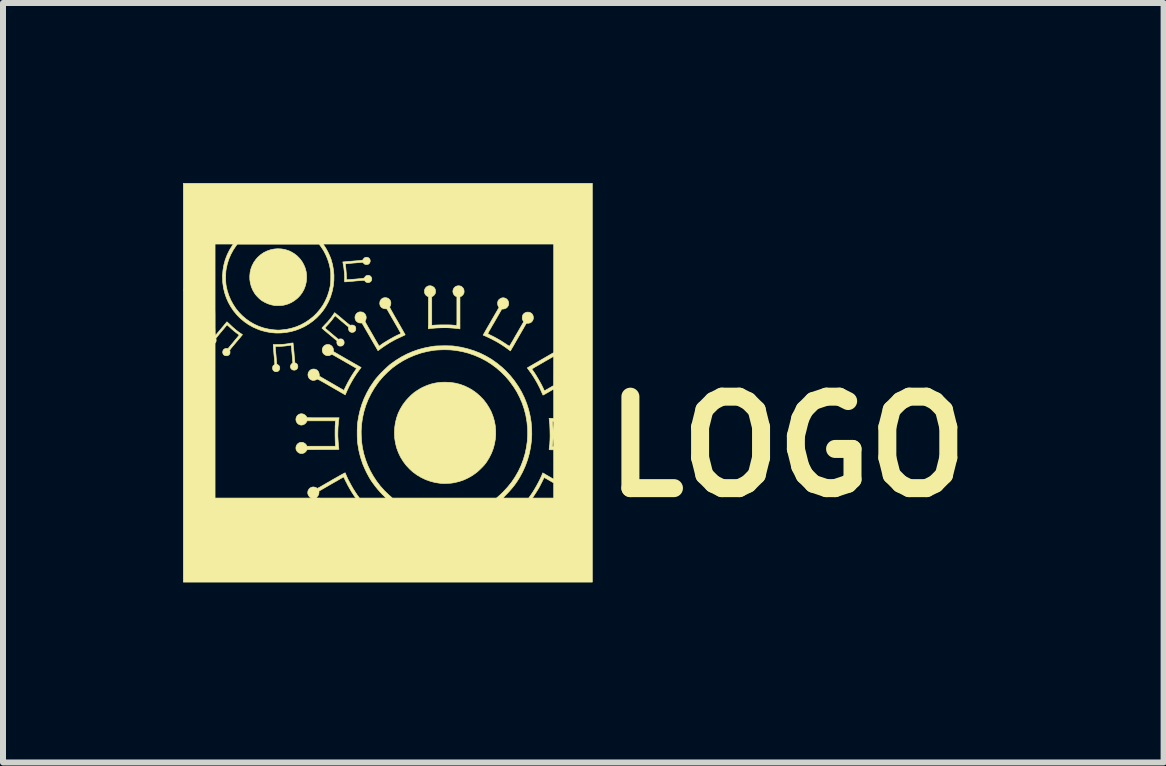
<source format=kicad_pcb>
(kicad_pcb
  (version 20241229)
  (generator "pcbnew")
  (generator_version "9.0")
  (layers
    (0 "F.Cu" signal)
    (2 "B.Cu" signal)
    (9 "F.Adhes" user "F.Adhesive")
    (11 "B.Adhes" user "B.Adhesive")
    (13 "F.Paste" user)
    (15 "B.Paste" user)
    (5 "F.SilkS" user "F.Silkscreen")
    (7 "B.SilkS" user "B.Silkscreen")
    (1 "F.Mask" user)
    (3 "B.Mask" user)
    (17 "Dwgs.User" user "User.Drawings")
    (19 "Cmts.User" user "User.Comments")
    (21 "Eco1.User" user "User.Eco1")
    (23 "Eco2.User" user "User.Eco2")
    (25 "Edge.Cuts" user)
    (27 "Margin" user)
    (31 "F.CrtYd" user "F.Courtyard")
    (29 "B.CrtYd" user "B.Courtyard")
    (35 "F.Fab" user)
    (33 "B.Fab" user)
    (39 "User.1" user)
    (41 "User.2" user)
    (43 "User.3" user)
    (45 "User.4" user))
  (footprint "LOGO"
    (layer "F.Cu")
    (at 3.413 3.328)
    (property "Reference" "LOGO" (at 6.655 1.067 0) (layer "F.SilkS") (effects (font (size 1.524 1.524) (thickness 0.3))))
    (attr through_hole)
    (fp_poly (pts (xy -1.775 -2.23) (xy -1.715 -2.22) (xy -1.656 -2.202) (xy -1.616 -2.184) (xy -1.561 -2.152) (xy -1.512 -2.114) (xy -1.469 -2.071) (xy -1.432 -2.022) (xy -1.401 -1.968) (xy -1.377 -1.911) (xy -1.361 -1.85) (xy -1.36 -1.846) (xy -1.356 -1.813) (xy -1.354 -1.776) (xy -1.354 -1.737) (xy -1.357 -1.7) (xy -1.361 -1.671) (xy -1.376 -1.61) (xy -1.399 -1.552) (xy -1.429 -1.499) (xy -1.465 -1.45) (xy -1.507 -1.407) (xy -1.555 -1.369) (xy -1.607 -1.337) (xy -1.663 -1.312) (xy -1.723 -1.295) (xy -1.75 -1.29) (xy -1.782 -1.287) (xy -1.816 -1.285) (xy -1.849 -1.285) (xy -1.878 -1.286) (xy -1.89 -1.287) (xy -1.942 -1.298) (xy -1.996 -1.315) (xy -2.047 -1.338) (xy -2.095 -1.365) (xy -2.096 -1.366) (xy -2.121 -1.384) (xy -2.148 -1.408) (xy -2.174 -1.434) (xy -2.198 -1.461) (xy -2.217 -1.486) (xy -2.219 -1.489) (xy -2.251 -1.544) (xy -2.275 -1.601) (xy -2.291 -1.66) (xy -2.3 -1.719) (xy -2.301 -1.779) (xy -2.295 -1.839) (xy -2.282 -1.897) (xy -2.261 -1.953) (xy -2.233 -2.007) (xy -2.197 -2.057) (xy -2.163 -2.095) (xy -2.116 -2.136) (xy -2.066 -2.17) (xy -2.011 -2.196) (xy -1.954 -2.216) (xy -1.896 -2.228) (xy -1.836 -2.233) (xy -1.775 -2.23)) (stroke (width 0.01) (type solid)) (fill yes) (layer "F.SilkS"))
    (fp_poly (pts (xy 1.042 -0.005) (xy 1.125 0.007) (xy 1.205 0.027) (xy 1.283 0.056) (xy 1.357 0.092) (xy 1.414 0.126) (xy 1.482 0.175) (xy 1.543 0.23) (xy 1.599 0.289) (xy 1.647 0.352) (xy 1.689 0.419) (xy 1.725 0.488) (xy 1.753 0.561) (xy 1.775 0.636) (xy 1.79 0.712) (xy 1.797 0.789) (xy 1.798 0.867) (xy 1.791 0.945) (xy 1.777 1.023) (xy 1.756 1.1) (xy 1.727 1.175) (xy 1.691 1.248) (xy 1.647 1.319) (xy 1.622 1.353) (xy 1.603 1.376) (xy 1.579 1.402) (xy 1.552 1.429) (xy 1.524 1.456) (xy 1.497 1.481) (xy 1.481 1.494) (xy 1.415 1.542) (xy 1.343 1.584) (xy 1.268 1.619) (xy 1.19 1.646) (xy 1.11 1.665) (xy 1.082 1.67) (xy 1.052 1.674) (xy 1.018 1.676) (xy 0.981 1.678) (xy 0.944 1.679) (xy 0.91 1.678) (xy 0.881 1.677) (xy 0.874 1.676) (xy 0.791 1.664) (xy 0.71 1.643) (xy 0.631 1.615) (xy 0.556 1.579) (xy 0.485 1.537) (xy 0.418 1.488) (xy 0.363 1.438) (xy 0.305 1.376) (xy 0.255 1.309) (xy 0.211 1.238) (xy 0.176 1.164) (xy 0.147 1.086) (xy 0.127 1.006) (xy 0.114 0.923) (xy 0.11 0.838) (xy 0.11 0.836) (xy 0.114 0.75) (xy 0.126 0.667) (xy 0.146 0.586) (xy 0.173 0.509) (xy 0.209 0.435) (xy 0.252 0.364) (xy 0.302 0.298) (xy 0.345 0.251) (xy 0.392 0.204) (xy 0.439 0.164) (xy 0.488 0.13) (xy 0.54 0.098) (xy 0.582 0.076) (xy 0.655 0.044) (xy 0.728 0.02) (xy 0.803 0.003) (xy 0.88 -0.007) (xy 0.957 -0.009) (xy 1.042 -0.005)) (stroke (width 0.01) (type solid)) (fill yes) (layer "F.SilkS"))
    (fp_poly (pts (xy -0.883 -1.165) (xy -0.874 -1.158) (xy -0.86 -1.147) (xy -0.841 -1.131) (xy -0.819 -1.113) (xy -0.794 -1.092) (xy -0.766 -1.069) (xy -0.757 -1.061) (xy -0.724 -1.033) (xy -0.696 -1.01) (xy -0.674 -0.992) (xy -0.656 -0.978) (xy -0.643 -0.968) (xy -0.633 -0.961) (xy -0.626 -0.958) (xy -0.623 -0.957) (xy -0.622 -0.957) (xy -0.608 -0.961) (xy -0.59 -0.961) (xy -0.573 -0.958) (xy -0.558 -0.951) (xy -0.544 -0.939) (xy -0.536 -0.924) (xy -0.534 -0.904) (xy -0.533 -0.9) (xy -0.537 -0.877) (xy -0.547 -0.859) (xy -0.563 -0.846) (xy -0.565 -0.845) (xy -0.587 -0.839) (xy -0.608 -0.84) (xy -0.627 -0.847) (xy -0.642 -0.861) (xy -0.652 -0.879) (xy -0.655 -0.901) (xy -0.655 -0.905) (xy -0.654 -0.928) (xy -0.766 -1.022) (xy -0.878 -1.117) (xy -0.887 -1.106) (xy -0.893 -1.098) (xy -0.902 -1.086) (xy -0.914 -1.07) (xy -0.926 -1.053) (xy -0.941 -1.034) (xy -0.96 -1.012) (xy -0.98 -0.989) (xy -1 -0.967) (xy -1.004 -0.963) (xy -1.02 -0.946) (xy -1.033 -0.931) (xy -1.043 -0.919) (xy -1.047 -0.912) (xy -1.047 -0.911) (xy -1.043 -0.907) (xy -1.034 -0.899) (xy -1.019 -0.886) (xy -1 -0.871) (xy -0.978 -0.852) (xy -0.953 -0.831) (xy -0.935 -0.816) (xy -0.826 -0.724) (xy -0.805 -0.729) (xy -0.781 -0.731) (xy -0.76 -0.726) (xy -0.744 -0.714) (xy -0.733 -0.697) (xy -0.728 -0.675) (xy -0.728 -0.67) (xy -0.73 -0.649) (xy -0.738 -0.634) (xy -0.751 -0.621) (xy -0.753 -0.619) (xy -0.77 -0.612) (xy -0.79 -0.61) (xy -0.81 -0.612) (xy -0.822 -0.617) (xy -0.836 -0.63) (xy -0.845 -0.647) (xy -0.85 -0.667) (xy -0.849 -0.679) (xy -0.846 -0.697) (xy -0.971 -0.802) (xy -0.999 -0.825) (xy -1.025 -0.847) (xy -1.048 -0.866) (xy -1.068 -0.883) (xy -1.083 -0.896) (xy -1.093 -0.905) (xy -1.098 -0.91) (xy -1.098 -0.91) (xy -1.096 -0.914) (xy -1.089 -0.923) (xy -1.077 -0.935) (xy -1.063 -0.951) (xy -1.049 -0.966) (xy -1.008 -1.008) (xy -0.973 -1.049) (xy -0.94 -1.09) (xy -0.913 -1.128) (xy -0.903 -1.144) (xy -0.894 -1.157) (xy -0.888 -1.165) (xy -0.886 -1.168) (xy -0.883 -1.165)) (stroke (width 0.01) (type solid)) (fill yes) (layer "F.SilkS"))
    (fp_poly (pts (xy -0.972 -0.634) (xy -0.949 -0.623) (xy -0.939 -0.615) (xy -0.92 -0.593) (xy -0.909 -0.568) (xy -0.906 -0.542) (xy -0.906 -0.519) (xy -0.676 -0.386) (xy -0.445 -0.254) (xy -0.48 -0.208) (xy -0.525 -0.145) (xy -0.569 -0.077) (xy -0.61 -0.007) (xy -0.648 0.064) (xy -0.68 0.133) (xy -0.696 0.17) (xy -0.709 0.202) (xy -0.94 0.069) (xy -0.988 0.041) (xy -1.03 0.017) (xy -1.065 -0.003) (xy -1.095 -0.02) (xy -1.119 -0.033) (xy -1.138 -0.044) (xy -1.153 -0.051) (xy -1.164 -0.056) (xy -1.171 -0.059) (xy -1.175 -0.06) (xy -1.177 -0.06) (xy -1.203 -0.046) (xy -1.23 -0.039) (xy -1.258 -0.04) (xy -1.264 -0.042) (xy -1.287 -0.052) (xy -1.307 -0.069) (xy -1.321 -0.09) (xy -1.329 -0.113) (xy -1.331 -0.139) (xy -1.326 -0.164) (xy -1.318 -0.181) (xy -1.3 -0.204) (xy -1.278 -0.219) (xy -1.253 -0.227) (xy -1.247 -0.228) (xy -1.218 -0.227) (xy -1.192 -0.218) (xy -1.171 -0.203) (xy -1.155 -0.182) (xy -1.146 -0.156) (xy -1.143 -0.138) (xy -1.141 -0.109) (xy -0.94 0.007) (xy -0.902 0.029) (xy -0.866 0.05) (xy -0.833 0.069) (xy -0.804 0.086) (xy -0.779 0.1) (xy -0.759 0.112) (xy -0.744 0.12) (xy -0.735 0.125) (xy -0.733 0.126) (xy -0.729 0.125) (xy -0.728 0.123) (xy -0.726 0.117) (xy -0.721 0.106) (xy -0.714 0.089) (xy -0.704 0.069) (xy -0.694 0.049) (xy -0.672 0.006) (xy -0.647 -0.039) (xy -0.621 -0.085) (xy -0.594 -0.129) (xy -0.568 -0.169) (xy -0.55 -0.195) (xy -0.539 -0.211) (xy -0.53 -0.225) (xy -0.523 -0.235) (xy -0.521 -0.239) (xy -0.521 -0.239) (xy -0.526 -0.242) (xy -0.537 -0.248) (xy -0.554 -0.258) (xy -0.575 -0.27) (xy -0.601 -0.285) (xy -0.63 -0.302) (xy -0.661 -0.32) (xy -0.694 -0.338) (xy -0.727 -0.358) (xy -0.761 -0.377) (xy -0.793 -0.396) (xy -0.824 -0.413) (xy -0.853 -0.43) (xy -0.878 -0.444) (xy -0.899 -0.456) (xy -0.915 -0.465) (xy -0.925 -0.47) (xy -0.928 -0.472) (xy -0.937 -0.472) (xy -0.947 -0.467) (xy -0.947 -0.466) (xy -0.971 -0.454) (xy -0.995 -0.45) (xy -1.019 -0.452) (xy -1.041 -0.46) (xy -1.061 -0.473) (xy -1.077 -0.49) (xy -1.088 -0.512) (xy -1.093 -0.536) (xy -1.092 -0.562) (xy -1.091 -0.567) (xy -1.08 -0.592) (xy -1.064 -0.612) (xy -1.044 -0.627) (xy -1.021 -0.636) (xy -0.997 -0.638) (xy -0.972 -0.634)) (stroke (width 0.01) (type solid)) (fill yes) (layer "F.SilkS"))
    (fp_poly (pts (xy 1.935 -1.415) (xy 1.962 -1.407) (xy 1.983 -1.393) (xy 1.999 -1.375) (xy 2.009 -1.355) (xy 2.014 -1.333) (xy 2.014 -1.31) (xy 2.008 -1.288) (xy 1.998 -1.268) (xy 1.982 -1.251) (xy 1.962 -1.238) (xy 1.936 -1.23) (xy 1.925 -1.228) (xy 1.899 -1.227) (xy 1.784 -1.027) (xy 1.762 -0.989) (xy 1.741 -0.954) (xy 1.722 -0.921) (xy 1.706 -0.892) (xy 1.691 -0.867) (xy 1.68 -0.846) (xy 1.672 -0.831) (xy 1.667 -0.823) (xy 1.666 -0.821) (xy 1.667 -0.818) (xy 1.673 -0.813) (xy 1.685 -0.806) (xy 1.703 -0.796) (xy 1.72 -0.788) (xy 1.773 -0.762) (xy 1.824 -0.734) (xy 1.876 -0.704) (xy 1.931 -0.669) (xy 1.952 -0.655) (xy 1.974 -0.641) (xy 1.993 -0.628) (xy 2.01 -0.618) (xy 2.022 -0.612) (xy 2.028 -0.609) (xy 2.028 -0.609) (xy 2.031 -0.613) (xy 2.037 -0.624) (xy 2.047 -0.641) (xy 2.06 -0.663) (xy 2.076 -0.689) (xy 2.094 -0.72) (xy 2.113 -0.754) (xy 2.134 -0.791) (xy 2.148 -0.814) (xy 2.265 -1.017) (xy 2.257 -1.028) (xy 2.246 -1.049) (xy 2.24 -1.07) (xy 2.24 -1.085) (xy 2.243 -1.113) (xy 2.254 -1.137) (xy 2.271 -1.156) (xy 2.294 -1.169) (xy 2.321 -1.176) (xy 2.335 -1.177) (xy 2.362 -1.173) (xy 2.386 -1.162) (xy 2.405 -1.145) (xy 2.418 -1.123) (xy 2.425 -1.097) (xy 2.426 -1.085) (xy 2.422 -1.056) (xy 2.411 -1.032) (xy 2.394 -1.012) (xy 2.372 -0.998) (xy 2.345 -0.991) (xy 2.331 -0.991) (xy 2.308 -0.991) (xy 2.182 -0.772) (xy 2.159 -0.732) (xy 2.137 -0.694) (xy 2.117 -0.659) (xy 2.099 -0.627) (xy 2.083 -0.599) (xy 2.069 -0.576) (xy 2.059 -0.558) (xy 2.052 -0.546) (xy 2.049 -0.541) (xy 2.042 -0.53) (xy 2.019 -0.548) (xy 1.956 -0.594) (xy 1.887 -0.64) (xy 1.814 -0.684) (xy 1.739 -0.724) (xy 1.665 -0.76) (xy 1.632 -0.775) (xy 1.615 -0.782) (xy 1.601 -0.788) (xy 1.591 -0.792) (xy 1.589 -0.793) (xy 1.59 -0.797) (xy 1.596 -0.808) (xy 1.606 -0.824) (xy 1.618 -0.846) (xy 1.633 -0.873) (xy 1.651 -0.904) (xy 1.671 -0.939) (xy 1.693 -0.976) (xy 1.716 -1.016) (xy 1.72 -1.024) (xy 1.853 -1.254) (xy 1.842 -1.271) (xy 1.833 -1.292) (xy 1.829 -1.316) (xy 1.83 -1.341) (xy 1.837 -1.363) (xy 1.837 -1.364) (xy 1.851 -1.384) (xy 1.871 -1.4) (xy 1.893 -1.411) (xy 1.917 -1.416) (xy 1.935 -1.415)) (stroke (width 0.01) (type solid)) (fill yes) (layer "F.SilkS"))
    (fp_poly (pts (xy -1.58 -0.663) (xy -1.579 -0.658) (xy -1.578 -0.647) (xy -1.576 -0.629) (xy -1.574 -0.606) (xy -1.571 -0.579) (xy -1.568 -0.549) (xy -1.565 -0.517) (xy -1.562 -0.485) (xy -1.56 -0.453) (xy -1.557 -0.422) (xy -1.554 -0.394) (xy -1.552 -0.37) (xy -1.551 -0.35) (xy -1.55 -0.337) (xy -1.55 -0.334) (xy -1.546 -0.331) (xy -1.537 -0.327) (xy -1.535 -0.327) (xy -1.518 -0.316) (xy -1.506 -0.3) (xy -1.5 -0.28) (xy -1.5 -0.28) (xy -1.5 -0.257) (xy -1.508 -0.238) (xy -1.521 -0.222) (xy -1.538 -0.213) (xy -1.559 -0.209) (xy -1.581 -0.212) (xy -1.589 -0.215) (xy -1.607 -0.227) (xy -1.618 -0.243) (xy -1.624 -0.262) (xy -1.622 -0.282) (xy -1.614 -0.302) (xy -1.6 -0.318) (xy -1.583 -0.333) (xy -1.596 -0.479) (xy -1.599 -0.513) (xy -1.602 -0.544) (xy -1.604 -0.572) (xy -1.607 -0.595) (xy -1.608 -0.612) (xy -1.61 -0.622) (xy -1.61 -0.625) (xy -1.615 -0.625) (xy -1.626 -0.624) (xy -1.641 -0.622) (xy -1.649 -0.62) (xy -1.72 -0.611) (xy -1.791 -0.606) (xy -1.825 -0.605) (xy -1.846 -0.605) (xy -1.861 -0.605) (xy -1.869 -0.604) (xy -1.874 -0.602) (xy -1.875 -0.599) (xy -1.875 -0.596) (xy -1.875 -0.588) (xy -1.874 -0.574) (xy -1.872 -0.554) (xy -1.87 -0.53) (xy -1.868 -0.503) (xy -1.865 -0.473) (xy -1.862 -0.443) (xy -1.86 -0.413) (xy -1.857 -0.385) (xy -1.855 -0.359) (xy -1.853 -0.338) (xy -1.851 -0.321) (xy -1.85 -0.311) (xy -1.849 -0.308) (xy -1.832 -0.299) (xy -1.821 -0.291) (xy -1.814 -0.284) (xy -1.808 -0.276) (xy -1.807 -0.274) (xy -1.801 -0.253) (xy -1.801 -0.232) (xy -1.809 -0.212) (xy -1.822 -0.196) (xy -1.825 -0.194) (xy -1.84 -0.187) (xy -1.858 -0.184) (xy -1.877 -0.185) (xy -1.886 -0.188) (xy -1.904 -0.2) (xy -1.916 -0.216) (xy -1.921 -0.238) (xy -1.921 -0.238) (xy -1.92 -0.262) (xy -1.912 -0.281) (xy -1.898 -0.295) (xy -1.896 -0.296) (xy -1.887 -0.303) (xy -1.884 -0.311) (xy -1.884 -0.317) (xy -1.885 -0.331) (xy -1.887 -0.351) (xy -1.889 -0.376) (xy -1.891 -0.405) (xy -1.894 -0.438) (xy -1.897 -0.465) (xy -1.9 -0.5) (xy -1.902 -0.533) (xy -1.905 -0.562) (xy -1.907 -0.587) (xy -1.908 -0.606) (xy -1.909 -0.619) (xy -1.909 -0.624) (xy -1.909 -0.637) (xy -1.83 -0.637) (xy -1.785 -0.638) (xy -1.746 -0.64) (xy -1.709 -0.644) (xy -1.671 -0.649) (xy -1.629 -0.656) (xy -1.626 -0.657) (xy -1.608 -0.66) (xy -1.593 -0.662) (xy -1.583 -0.663) (xy -1.58 -0.663)) (stroke (width 0.01) (type solid)) (fill yes) (layer "F.SilkS"))
    (fp_poly (pts (xy -0.014 -1.414) (xy 0.01 -1.404) (xy 0.029 -1.387) (xy 0.043 -1.365) (xy 0.05 -1.338) (xy 0.051 -1.326) (xy 0.048 -1.304) (xy 0.042 -1.283) (xy 0.033 -1.267) (xy 0.032 -1.266) (xy 0.031 -1.264) (xy 0.031 -1.26) (xy 0.033 -1.255) (xy 0.036 -1.247) (xy 0.041 -1.236) (xy 0.049 -1.222) (xy 0.059 -1.203) (xy 0.072 -1.18) (xy 0.088 -1.152) (xy 0.107 -1.118) (xy 0.13 -1.078) (xy 0.157 -1.032) (xy 0.18 -0.992) (xy 0.202 -0.953) (xy 0.222 -0.918) (xy 0.24 -0.886) (xy 0.256 -0.858) (xy 0.269 -0.835) (xy 0.279 -0.817) (xy 0.286 -0.806) (xy 0.289 -0.8) (xy 0.289 -0.8) (xy 0.286 -0.797) (xy 0.276 -0.791) (xy 0.261 -0.784) (xy 0.242 -0.775) (xy 0.233 -0.771) (xy 0.128 -0.722) (xy 0.028 -0.666) (xy -0.068 -0.604) (xy -0.117 -0.569) (xy -0.164 -0.534) (xy -0.297 -0.765) (xy -0.43 -0.995) (xy -0.454 -0.995) (xy -0.481 -0.998) (xy -0.504 -1.009) (xy -0.523 -1.024) (xy -0.537 -1.043) (xy -0.545 -1.066) (xy -0.548 -1.089) (xy -0.544 -1.113) (xy -0.534 -1.136) (xy -0.517 -1.157) (xy -0.515 -1.159) (xy -0.494 -1.173) (xy -0.471 -1.18) (xy -0.444 -1.18) (xy -0.419 -1.175) (xy -0.397 -1.162) (xy -0.38 -1.145) (xy -0.368 -1.124) (xy -0.361 -1.1) (xy -0.361 -1.075) (xy -0.367 -1.05) (xy -0.377 -1.033) (xy -0.378 -1.031) (xy -0.379 -1.028) (xy -0.379 -1.024) (xy -0.378 -1.02) (xy -0.375 -1.013) (xy -0.371 -1.003) (xy -0.364 -0.99) (xy -0.355 -0.974) (xy -0.343 -0.953) (xy -0.329 -0.927) (xy -0.31 -0.895) (xy -0.288 -0.857) (xy -0.266 -0.819) (xy -0.244 -0.781) (xy -0.224 -0.745) (xy -0.205 -0.712) (xy -0.188 -0.683) (xy -0.173 -0.658) (xy -0.161 -0.637) (xy -0.153 -0.622) (xy -0.148 -0.614) (xy -0.147 -0.612) (xy -0.143 -0.612) (xy -0.135 -0.616) (xy -0.129 -0.621) (xy -0.104 -0.639) (xy -0.074 -0.66) (xy -0.038 -0.682) (xy -0.000067 -0.705) (xy 0.04 -0.729) (xy 0.08 -0.751) (xy 0.118 -0.772) (xy 0.153 -0.789) (xy 0.172 -0.798) (xy 0.19 -0.806) (xy 0.205 -0.813) (xy 0.215 -0.817) (xy 0.219 -0.819) (xy 0.219 -0.819) (xy 0.217 -0.823) (xy 0.212 -0.833) (xy 0.202 -0.85) (xy 0.19 -0.871) (xy 0.175 -0.898) (xy 0.158 -0.928) (xy 0.138 -0.962) (xy 0.117 -0.999) (xy 0.102 -1.025) (xy -0.016 -1.23) (xy -0.045 -1.232) (xy -0.075 -1.238) (xy -0.099 -1.25) (xy -0.118 -1.268) (xy -0.13 -1.291) (xy -0.135 -1.318) (xy -0.135 -1.326) (xy -0.131 -1.354) (xy -0.12 -1.378) (xy -0.103 -1.397) (xy -0.081 -1.411) (xy -0.055 -1.417) (xy -0.042 -1.418) (xy -0.014 -1.414)) (stroke (width 0.01) (type solid)) (fill yes) (layer "F.SilkS"))
    (fp_poly (pts (xy -0.343 -2.09) (xy -0.325 -2.084) (xy -0.309 -2.072) (xy -0.298 -2.055) (xy -0.294 -2.04) (xy -0.294 -2.017) (xy -0.303 -1.997) (xy -0.313 -1.983) (xy -0.329 -1.973) (xy -0.349 -1.969) (xy -0.368 -1.97) (xy -0.387 -1.976) (xy -0.401 -1.988) (xy -0.406 -1.994) (xy -0.414 -2.004) (xy -0.423 -2.006) (xy -0.431 -2.006) (xy -0.446 -2.005) (xy -0.466 -2.003) (xy -0.491 -2.001) (xy -0.518 -1.999) (xy -0.547 -1.996) (xy -0.578 -1.994) (xy -0.607 -1.991) (xy -0.635 -1.988) (xy -0.66 -1.986) (xy -0.682 -1.984) (xy -0.697 -1.982) (xy -0.707 -1.981) (xy -0.709 -1.981) (xy -0.709 -1.976) (xy -0.708 -1.965) (xy -0.706 -1.949) (xy -0.703 -1.929) (xy -0.702 -1.926) (xy -0.699 -1.903) (xy -0.697 -1.875) (xy -0.694 -1.844) (xy -0.692 -1.813) (xy -0.691 -1.796) (xy -0.69 -1.771) (xy -0.689 -1.75) (xy -0.688 -1.732) (xy -0.687 -1.721) (xy -0.686 -1.717) (xy -0.681 -1.717) (xy -0.669 -1.717) (xy -0.65 -1.719) (xy -0.626 -1.72) (xy -0.598 -1.723) (xy -0.566 -1.725) (xy -0.539 -1.727) (xy -0.498 -1.731) (xy -0.465 -1.734) (xy -0.438 -1.737) (xy -0.419 -1.739) (xy -0.405 -1.742) (xy -0.396 -1.744) (xy -0.392 -1.746) (xy -0.392 -1.746) (xy -0.387 -1.754) (xy -0.38 -1.764) (xy -0.38 -1.765) (xy -0.368 -1.778) (xy -0.351 -1.787) (xy -0.332 -1.79) (xy -0.312 -1.788) (xy -0.296 -1.781) (xy -0.281 -1.767) (xy -0.271 -1.749) (xy -0.267 -1.73) (xy -0.267 -1.729) (xy -0.27 -1.711) (xy -0.28 -1.692) (xy -0.295 -1.678) (xy -0.296 -1.678) (xy -0.315 -1.67) (xy -0.336 -1.669) (xy -0.358 -1.674) (xy -0.359 -1.675) (xy -0.371 -1.683) (xy -0.38 -1.693) (xy -0.381 -1.694) (xy -0.383 -1.698) (xy -0.385 -1.701) (xy -0.388 -1.703) (xy -0.392 -1.704) (xy -0.399 -1.705) (xy -0.409 -1.705) (xy -0.424 -1.705) (xy -0.443 -1.703) (xy -0.467 -1.702) (xy -0.498 -1.699) (xy -0.537 -1.696) (xy -0.563 -1.693) (xy -0.597 -1.69) (xy -0.629 -1.688) (xy -0.658 -1.685) (xy -0.681 -1.683) (xy -0.7 -1.682) (xy -0.712 -1.681) (xy -0.716 -1.681) (xy -0.719 -1.681) (xy -0.721 -1.685) (xy -0.722 -1.692) (xy -0.722 -1.704) (xy -0.721 -1.724) (xy -0.721 -1.724) (xy -0.72 -1.757) (xy -0.722 -1.795) (xy -0.724 -1.837) (xy -0.729 -1.88) (xy -0.734 -1.921) (xy -0.737 -1.938) (xy -0.741 -1.959) (xy -0.744 -1.978) (xy -0.746 -1.992) (xy -0.748 -2) (xy -0.75 -2.013) (xy -0.607 -2.025) (xy -0.562 -2.029) (xy -0.525 -2.032) (xy -0.495 -2.034) (xy -0.471 -2.037) (xy -0.452 -2.039) (xy -0.438 -2.04) (xy -0.428 -2.042) (xy -0.422 -2.044) (xy -0.417 -2.046) (xy -0.415 -2.048) (xy -0.413 -2.051) (xy -0.412 -2.055) (xy -0.41 -2.058) (xy -0.397 -2.075) (xy -0.381 -2.086) (xy -0.362 -2.091) (xy -0.343 -2.09)) (stroke (width 0.01) (type solid)) (fill yes) (layer "F.SilkS"))
    (fp_poly (pts (xy 1.2 -1.614) (xy 1.225 -1.605) (xy 1.246 -1.588) (xy 1.262 -1.565) (xy 1.269 -1.544) (xy 1.271 -1.52) (xy 1.269 -1.497) (xy 1.265 -1.486) (xy 1.254 -1.468) (xy 1.239 -1.452) (xy 1.222 -1.439) (xy 1.216 -1.437) (xy 1.202 -1.431) (xy 1.202 -0.897) (xy 1.188 -0.899) (xy 1.172 -0.902) (xy 1.149 -0.904) (xy 1.121 -0.907) (xy 1.09 -0.91) (xy 1.058 -0.912) (xy 1.026 -0.915) (xy 0.997 -0.916) (xy 0.988 -0.917) (xy 0.958 -0.917) (xy 0.923 -0.917) (xy 0.884 -0.916) (xy 0.845 -0.914) (xy 0.806 -0.912) (xy 0.769 -0.909) (xy 0.735 -0.906) (xy 0.707 -0.903) (xy 0.687 -0.899) (xy 0.677 -0.897) (xy 0.677 -0.929) (xy 1.139 -0.929) (xy 1.141 -0.927) (xy 1.143 -0.929) (xy 1.141 -0.931) (xy 1.139 -0.929) (xy 0.677 -0.929) (xy 0.677 -0.933) (xy 1.096 -0.933) (xy 1.099 -0.931) (xy 1.101 -0.933) (xy 1.118 -0.933) (xy 1.12 -0.931) (xy 1.122 -0.933) (xy 1.12 -0.936) (xy 1.118 -0.933) (xy 1.101 -0.933) (xy 1.099 -0.936) (xy 1.096 -0.933) (xy 0.677 -0.933) (xy 0.677 -0.938) (xy 1.041 -0.938) (xy 1.044 -0.936) (xy 1.046 -0.938) (xy 1.071 -0.938) (xy 1.073 -0.936) (xy 1.075 -0.938) (xy 1.073 -0.94) (xy 1.071 -0.938) (xy 1.046 -0.938) (xy 1.044 -0.94) (xy 1.041 -0.938) (xy 0.677 -0.938) (xy 0.677 -0.942) (xy 0.876 -0.942) (xy 0.878 -0.94) (xy 0.879 -0.941) (xy 0.992 -0.941) (xy 0.997 -0.94) (xy 1.002 -0.941) (xy 1.002 -0.942) (xy 0.996 -0.943) (xy 0.994 -0.943) (xy 0.992 -0.941) (xy 0.879 -0.941) (xy 0.881 -0.942) (xy 0.878 -0.944) (xy 0.876 -0.942) (xy 0.677 -0.942) (xy 0.677 -1.431) (xy 0.664 -1.438) (xy 0.639 -1.454) (xy 0.622 -1.475) (xy 0.612 -1.5) (xy 0.61 -1.522) (xy 0.613 -1.55) (xy 0.624 -1.574) (xy 0.64 -1.593) (xy 0.66 -1.607) (xy 0.683 -1.615) (xy 0.709 -1.616) (xy 0.736 -1.61) (xy 0.745 -1.605) (xy 0.769 -1.59) (xy 0.784 -1.57) (xy 0.793 -1.546) (xy 0.795 -1.533) (xy 0.795 -1.516) (xy 0.793 -1.5) (xy 0.792 -1.492) (xy 0.783 -1.476) (xy 0.771 -1.459) (xy 0.756 -1.446) (xy 0.745 -1.439) (xy 0.732 -1.434) (xy 0.732 -0.956) (xy 0.759 -0.958) (xy 0.783 -0.96) (xy 0.815 -0.962) (xy 0.851 -0.963) (xy 0.89 -0.964) (xy 0.93 -0.964) (xy 0.97 -0.964) (xy 1.007 -0.964) (xy 1.04 -0.963) (xy 1.067 -0.962) (xy 1.071 -0.961) (xy 1.094 -0.959) (xy 1.115 -0.958) (xy 1.132 -0.956) (xy 1.142 -0.955) (xy 1.146 -0.954) (xy 1.147 -0.954) (xy 1.148 -0.957) (xy 1.149 -0.964) (xy 1.15 -0.973) (xy 1.15 -0.987) (xy 1.151 -1.007) (xy 1.151 -1.031) (xy 1.151 -1.062) (xy 1.151 -1.099) (xy 1.151 -1.144) (xy 1.151 -1.191) (xy 1.151 -1.431) (xy 1.135 -1.439) (xy 1.113 -1.454) (xy 1.097 -1.474) (xy 1.088 -1.496) (xy 1.084 -1.519) (xy 1.086 -1.542) (xy 1.094 -1.564) (xy 1.107 -1.584) (xy 1.125 -1.6) (xy 1.147 -1.611) (xy 1.172 -1.616) (xy 1.2 -1.614)) (stroke (width 0.01) (type solid)) (fill yes) (layer "F.SilkS"))
    (fp_poly (pts (xy -1.407 0.523) (xy -1.4 0.526) (xy -1.385 0.535) (xy -1.371 0.547) (xy -1.359 0.56) (xy -1.352 0.572) (xy -1.35 0.578) (xy -1.349 0.58) (xy -1.345 0.581) (xy -1.338 0.582) (xy -1.327 0.582) (xy -1.311 0.583) (xy -1.291 0.583) (xy -1.265 0.584) (xy -1.232 0.584) (xy -1.193 0.584) (xy -1.147 0.584) (xy -1.093 0.584) (xy -1.081 0.584) (xy -0.812 0.584) (xy -0.815 0.598) (xy -0.821 0.641) (xy -0.826 0.691) (xy -0.83 0.743) (xy -0.832 0.797) (xy -0.833 0.849) (xy -0.833 0.896) (xy -0.832 0.901) (xy -0.831 0.927) (xy -0.829 0.956) (xy -0.827 0.986) (xy -0.825 1.016) (xy -0.823 1.043) (xy -0.82 1.068) (xy -0.818 1.088) (xy -0.816 1.101) (xy -0.815 1.106) (xy -0.814 1.107) (xy -0.816 1.109) (xy -0.818 1.11) (xy -0.824 1.111) (xy -0.832 1.111) (xy -0.844 1.112) (xy -0.86 1.112) (xy -0.881 1.113) (xy -0.907 1.113) (xy -0.94 1.113) (xy -0.979 1.113) (xy -1.025 1.113) (xy -1.079 1.113) (xy -1.081 1.113) (xy -1.137 1.113) (xy -1.185 1.113) (xy -1.225 1.114) (xy -1.259 1.114) (xy -1.286 1.114) (xy -1.308 1.115) (xy -1.324 1.115) (xy -1.336 1.116) (xy -1.344 1.117) (xy -1.349 1.118) (xy -1.35 1.119) (xy -1.35 1.119) (xy -1.354 1.129) (xy -1.363 1.142) (xy -1.375 1.155) (xy -1.389 1.166) (xy -1.398 1.171) (xy -1.425 1.18) (xy -1.45 1.18) (xy -1.475 1.173) (xy -1.482 1.169) (xy -1.504 1.153) (xy -1.52 1.133) (xy -1.53 1.11) (xy -1.532 1.085) (xy -1.528 1.06) (xy -1.518 1.037) (xy -1.5 1.016) (xy -1.477 1.001) (xy -1.451 0.993) (xy -1.425 0.993) (xy -1.4 1.001) (xy -1.377 1.016) (xy -1.372 1.021) (xy -1.362 1.032) (xy -1.355 1.043) (xy -1.352 1.048) (xy -1.35 1.058) (xy -0.871 1.058) (xy -0.874 1.036) (xy -0.875 1.017) (xy -0.876 0.991) (xy -0.877 0.959) (xy -0.878 0.923) (xy -0.879 0.885) (xy -0.879 0.847) (xy -0.879 0.809) (xy -0.879 0.779) (xy -0.859 0.779) (xy -0.858 0.782) (xy -0.857 0.782) (xy -0.856 0.777) (xy -0.857 0.776) (xy -0.859 0.777) (xy -0.859 0.779) (xy -0.879 0.779) (xy -0.878 0.773) (xy -0.878 0.741) (xy -0.878 0.739) (xy -0.855 0.739) (xy -0.853 0.741) (xy -0.851 0.739) (xy -0.853 0.737) (xy -0.855 0.739) (xy -0.878 0.739) (xy -0.877 0.714) (xy -0.876 0.709) (xy -0.855 0.709) (xy -0.853 0.711) (xy -0.851 0.709) (xy -0.853 0.707) (xy -0.855 0.709) (xy -0.876 0.709) (xy -0.876 0.694) (xy -0.875 0.693) (xy -0.874 0.684) (xy -0.851 0.684) (xy -0.849 0.686) (xy -0.847 0.684) (xy -0.849 0.682) (xy -0.851 0.684) (xy -0.874 0.684) (xy -0.872 0.663) (xy -0.851 0.663) (xy -0.849 0.665) (xy -0.847 0.663) (xy -0.849 0.66) (xy -0.851 0.663) (xy -0.872 0.663) (xy -0.871 0.646) (xy -0.847 0.646) (xy -0.845 0.648) (xy -0.842 0.646) (xy -0.845 0.643) (xy -0.847 0.646) (xy -0.871 0.646) (xy -0.87 0.635) (xy -1.346 0.635) (xy -1.353 0.65) (xy -1.368 0.672) (xy -1.389 0.69) (xy -1.412 0.701) (xy -1.438 0.706) (xy -1.463 0.703) (xy -1.485 0.693) (xy -1.504 0.679) (xy -1.518 0.66) (xy -1.528 0.638) (xy -1.532 0.614) (xy -1.529 0.588) (xy -1.521 0.567) (xy -1.505 0.544) (xy -1.484 0.528) (xy -1.46 0.519) (xy -1.434 0.517) (xy -1.407 0.523)) (stroke (width 0.01) (type solid)) (fill yes) (layer "F.SilkS"))
    (fp_poly (pts (xy 3.408 3.323) (xy -3.408 3.323) (xy -3.408 -2.311) (xy -2.879 -2.311) (xy -2.879 -1.546) (xy -2.879 -1.45) (xy -2.879 -1.363) (xy -2.879 -1.283) (xy -2.879 -1.21) (xy -2.878 -1.144) (xy -2.878 -1.086) (xy -2.878 -1.034) (xy -2.878 -0.987) (xy -2.878 -0.947) (xy -2.878 -0.912) (xy -2.877 -0.882) (xy -2.877 -0.857) (xy -2.877 -0.837) (xy -2.876 -0.82) (xy -2.876 -0.808) (xy -2.875 -0.798) (xy -2.875 -0.792) (xy -2.874 -0.788) (xy -2.873 -0.787) (xy -2.873 -0.788) (xy -2.869 -0.792) (xy -2.861 -0.801) (xy -2.849 -0.816) (xy -2.834 -0.834) (xy -2.816 -0.855) (xy -2.797 -0.877) (xy -2.777 -0.901) (xy -2.757 -0.925) (xy -2.738 -0.947) (xy -2.721 -0.968) (xy -2.705 -0.987) (xy -2.693 -1.001) (xy -2.685 -1.011) (xy -2.681 -1.016) (xy -2.678 -1.013) (xy -2.67 -1.006) (xy -2.657 -0.994) (xy -2.641 -0.979) (xy -2.623 -0.962) (xy -2.619 -0.958) (xy -2.587 -0.928) (xy -2.553 -0.898) (xy -2.519 -0.87) (xy -2.485 -0.844) (xy -2.455 -0.823) (xy -2.443 -0.815) (xy -2.432 -0.808) (xy -2.424 -0.803) (xy -2.422 -0.802) (xy -2.424 -0.799) (xy -2.431 -0.79) (xy -2.443 -0.776) (xy -2.457 -0.758) (xy -2.474 -0.738) (xy -2.492 -0.717) (xy -2.514 -0.691) (xy -2.536 -0.665) (xy -2.558 -0.639) (xy -2.577 -0.616) (xy -2.593 -0.597) (xy -2.6 -0.589) (xy -2.617 -0.568) (xy -2.628 -0.553) (xy -2.634 -0.543) (xy -2.635 -0.538) (xy -2.632 -0.53) (xy -2.63 -0.517) (xy -2.63 -0.512) (xy -2.631 -0.489) (xy -2.64 -0.471) (xy -2.655 -0.458) (xy -2.675 -0.45) (xy -2.689 -0.449) (xy -2.713 -0.452) (xy -2.732 -0.462) (xy -2.745 -0.478) (xy -2.751 -0.499) (xy -2.752 -0.51) (xy -2.748 -0.533) (xy -2.738 -0.551) (xy -2.722 -0.564) (xy -2.701 -0.57) (xy -2.684 -0.571) (xy -2.663 -0.569) (xy -2.57 -0.68) (xy -2.548 -0.707) (xy -2.528 -0.731) (xy -2.51 -0.752) (xy -2.496 -0.77) (xy -2.485 -0.784) (xy -2.478 -0.792) (xy -2.477 -0.795) (xy -2.48 -0.799) (xy -2.486 -0.804) (xy -2.503 -0.815) (xy -2.524 -0.831) (xy -2.549 -0.85) (xy -2.575 -0.872) (xy -2.601 -0.894) (xy -2.625 -0.916) (xy -2.679 -0.965) (xy -2.774 -0.852) (xy -2.8 -0.821) (xy -2.82 -0.796) (xy -2.836 -0.776) (xy -2.849 -0.761) (xy -2.857 -0.75) (xy -2.862 -0.742) (xy -2.865 -0.736) (xy -2.865 -0.732) (xy -2.865 -0.731) (xy -2.861 -0.717) (xy -2.861 -0.699) (xy -2.864 -0.681) (xy -2.87 -0.669) (xy -2.879 -0.657) (xy -2.879 1.922) (xy -2.075 1.922) (xy -1.272 1.922) (xy -1.281 1.917) (xy -1.199 1.917) (xy -1.199 1.918) (xy -1.196 1.919) (xy -1.191 1.919) (xy -1.183 1.92) (xy -1.171 1.921) (xy -1.155 1.921) (xy -1.135 1.921) (xy -1.109 1.922) (xy -1.077 1.922) (xy -1.04 1.922) (xy -0.995 1.922) (xy -0.943 1.922) (xy -0.883 1.922) (xy -0.871 1.922) (xy -0.534 1.922) (xy -0.563 1.881) (xy -0.597 1.829) (xy -0.632 1.771) (xy -0.666 1.71) (xy -0.692 1.659) (xy -0.704 1.637) (xy -0.714 1.616) (xy -0.722 1.598) (xy -0.728 1.586) (xy -0.73 1.58) (xy -0.734 1.573) (xy -0.74 1.573) (xy -0.745 1.575) (xy -0.757 1.582) (xy -0.774 1.591) (xy -0.797 1.604) (xy -0.824 1.62) (xy -0.855 1.638) (xy -0.889 1.657) (xy -0.926 1.678) (xy -0.947 1.69) (xy -1.147 1.806) (xy -1.147 1.828) (xy -1.151 1.857) (xy -1.163 1.882) (xy -1.182 1.904) (xy -1.196 1.914) (xy -1.198 1.915) (xy -1.199 1.917) (xy -1.281 1.917) (xy -1.288 1.913) (xy -1.306 1.9) (xy -1.321 1.88) (xy -1.331 1.858) (xy -1.333 1.851) (xy -1.335 1.824) (xy -1.329 1.798) (xy -1.316 1.775) (xy -1.298 1.756) (xy -1.275 1.743) (xy -1.256 1.738) (xy -1.239 1.737) (xy -1.219 1.74) (xy -1.2 1.746) (xy -1.187 1.753) (xy -1.178 1.759) (xy -1.17 1.759) (xy -1.17 1.759) (xy -1.165 1.757) (xy -1.154 1.75) (xy -1.136 1.741) (xy -1.113 1.728) (xy -1.086 1.712) (xy -1.054 1.694) (xy -1.019 1.673) (xy -0.981 1.652) (xy -0.941 1.629) (xy -0.939 1.627) (xy -0.899 1.604) (xy -0.861 1.583) (xy -0.826 1.563) (xy -0.795 1.545) (xy -0.768 1.53) (xy -0.745 1.518) (xy -0.728 1.509) (xy -0.716 1.503) (xy -0.712 1.501) (xy -0.711 1.501) (xy -0.708 1.507) (xy -0.703 1.518) (xy -0.703 1.52) (xy -0.684 1.564) (xy -0.662 1.613) (xy -0.635 1.664) (xy -0.606 1.717) (xy -0.576 1.77) (xy -0.544 1.82) (xy -0.513 1.867) (xy -0.494 1.893) (xy -0.473 1.922) (xy -0.028 1.922) (xy -0.061 1.891) (xy -0.096 1.857) (xy -0.132 1.818) (xy -0.17 1.774) (xy -0.207 1.728) (xy -0.242 1.681) (xy -0.275 1.635) (xy -0.293 1.606) (xy -0.311 1.576) (xy -0.33 1.541) (xy -0.351 1.502) (xy -0.371 1.461) (xy -0.39 1.42) (xy -0.406 1.382) (xy -0.42 1.349) (xy -0.422 1.342) (xy -0.456 1.238) (xy -0.482 1.132) (xy -0.501 1.021) (xy -0.502 1.014) (xy -0.505 0.988) (xy -0.507 0.957) (xy -0.509 0.92) (xy -0.51 0.88) (xy -0.51 0.839) (xy -0.51 0.802) (xy -0.444 0.802) (xy -0.443 0.876) (xy -0.437 0.982) (xy -0.423 1.084) (xy -0.401 1.183) (xy -0.372 1.28) (xy -0.335 1.377) (xy -0.293 1.467) (xy -0.243 1.556) (xy -0.186 1.643) (xy -0.123 1.725) (xy -0.054 1.802) (xy 0.019 1.872) (xy 0.033 1.884) (xy 0.076 1.922) (xy 1.809 1.922) (xy 1.839 1.898) (xy 1.852 1.886) (xy 1.869 1.871) (xy 1.889 1.852) (xy 1.91 1.832) (xy 1.924 1.818) (xy 1.997 1.739) (xy 2.064 1.656) (xy 2.123 1.568) (xy 2.175 1.477) (xy 2.22 1.382) (xy 2.257 1.284) (xy 2.287 1.184) (xy 2.309 1.081) (xy 2.324 0.977) (xy 2.33 0.872) (xy 2.329 0.765) (xy 2.319 0.658) (xy 2.301 0.551) (xy 2.298 0.536) (xy 2.272 0.437) (xy 2.239 0.339) (xy 2.197 0.243) (xy 2.149 0.15) (xy 2.099 0.07) (xy 2.035 -0.018) (xy 1.966 -0.101) (xy 1.89 -0.177) (xy 1.81 -0.247) (xy 1.725 -0.31) (xy 1.636 -0.366) (xy 1.542 -0.415) (xy 1.445 -0.457) (xy 1.344 -0.492) (xy 1.24 -0.519) (xy 1.133 -0.538) (xy 1.055 -0.546) (xy 1.022 -0.548) (xy 0.984 -0.549) (xy 0.943 -0.55) (xy 0.9 -0.549) (xy 0.857 -0.547) (xy 0.818 -0.545) (xy 0.783 -0.542) (xy 0.764 -0.54) (xy 0.656 -0.521) (xy 0.55 -0.494) (xy 0.448 -0.459) (xy 0.349 -0.417) (xy 0.255 -0.368) (xy 0.165 -0.312) (xy 0.079 -0.25) (xy -0.001 -0.18) (xy -0.077 -0.104) (xy -0.147 -0.022) (xy -0.165 0.002) (xy -0.227 0.092) (xy -0.282 0.186) (xy -0.329 0.282) (xy -0.368 0.381) (xy -0.399 0.483) (xy -0.422 0.587) (xy -0.437 0.693) (xy -0.444 0.802) (xy -0.51 0.802) (xy -0.51 0.798) (xy -0.509 0.759) (xy -0.508 0.724) (xy -0.506 0.695) (xy -0.505 0.677) (xy -0.487 0.566) (xy -0.463 0.461) (xy -0.432 0.359) (xy -0.394 0.261) (xy -0.349 0.167) (xy -0.297 0.074) (xy -0.236 -0.016) (xy -0.201 -0.064) (xy -0.181 -0.087) (xy -0.156 -0.115) (xy -0.128 -0.146) (xy -0.097 -0.178) (xy -0.065 -0.21) (xy -0.033 -0.24) (xy -0.003 -0.268) (xy 0.024 -0.292) (xy 0.042 -0.307) (xy 0.133 -0.372) (xy 0.225 -0.429) (xy 0.319 -0.478) (xy 0.416 -0.52) (xy 0.516 -0.555) (xy 0.62 -0.582) (xy 0.729 -0.603) (xy 0.762 -0.608) (xy 0.786 -0.611) (xy 0.817 -0.613) (xy 0.853 -0.614) (xy 0.892 -0.615) (xy 0.933 -0.616) (xy 0.974 -0.616) (xy 1.014 -0.615) (xy 1.05 -0.614) (xy 1.081 -0.613) (xy 1.105 -0.61) (xy 1.105 -0.61) (xy 1.219 -0.592) (xy 1.329 -0.566) (xy 1.435 -0.533) (xy 1.537 -0.493) (xy 1.634 -0.445) (xy 1.728 -0.39) (xy 1.817 -0.327) (xy 1.903 -0.257) (xy 1.971 -0.193) (xy 2.046 -0.112) (xy 2.114 -0.026) (xy 2.175 0.063) (xy 2.229 0.155) (xy 2.276 0.251) (xy 2.315 0.349) (xy 2.347 0.45) (xy 2.371 0.552) (xy 2.388 0.655) (xy 2.397 0.76) (xy 2.399 0.865) (xy 2.393 0.97) (xy 2.379 1.075) (xy 2.358 1.179) (xy 2.329 1.283) (xy 2.292 1.384) (xy 2.247 1.484) (xy 2.194 1.582) (xy 2.193 1.583) (xy 2.154 1.645) (xy 2.113 1.704) (xy 2.067 1.761) (xy 2.016 1.819) (xy 1.975 1.862) (xy 1.916 1.922) (xy 2.409 1.922) (xy 2.764 1.922) (xy 2.764 1.67) (xy 2.686 1.624) (xy 2.662 1.611) (xy 2.642 1.599) (xy 2.625 1.59) (xy 2.612 1.583) (xy 2.606 1.58) (xy 2.605 1.58) (xy 2.603 1.585) (xy 2.597 1.595) (xy 2.589 1.611) (xy 2.58 1.63) (xy 2.57 1.65) (xy 2.551 1.687) (xy 2.535 1.719) (xy 2.519 1.749) (xy 2.502 1.778) (xy 2.483 1.808) (xy 2.461 1.843) (xy 2.453 1.855) (xy 2.409 1.922) (xy 1.916 1.922) (xy 2.347 1.922) (xy 2.381 1.875) (xy 2.413 1.828) (xy 2.445 1.776) (xy 2.477 1.721) (xy 2.507 1.665) (xy 2.535 1.611) (xy 2.559 1.559) (xy 2.579 1.512) (xy 2.582 1.502) (xy 2.596 1.511) (xy 2.604 1.515) (xy 2.618 1.523) (xy 2.636 1.534) (xy 2.658 1.547) (xy 2.682 1.56) (xy 2.687 1.564) (xy 2.764 1.608) (xy 2.764 1.118) (xy 2.726 1.118) (xy 2.708 1.117) (xy 2.696 1.117) (xy 2.69 1.115) (xy 2.688 1.112) (xy 2.688 1.111) (xy 2.689 1.104) (xy 2.69 1.091) (xy 2.692 1.073) (xy 2.694 1.06) (xy 2.718 1.06) (xy 2.72 1.063) (xy 2.72 1.062) (xy 2.744 1.062) (xy 2.746 1.066) (xy 2.753 1.067) (xy 2.764 1.067) (xy 2.764 0.648) (xy 2.753 0.648) (xy 2.746 0.649) (xy 2.744 0.654) (xy 2.745 0.659) (xy 2.746 0.667) (xy 2.747 0.682) (xy 2.748 0.702) (xy 2.75 0.726) (xy 2.752 0.753) (xy 2.752 0.763) (xy 2.754 0.802) (xy 2.755 0.836) (xy 2.755 0.868) (xy 2.754 0.902) (xy 2.753 0.94) (xy 2.752 0.947) (xy 2.75 0.975) (xy 2.749 1.001) (xy 2.747 1.023) (xy 2.746 1.04) (xy 2.745 1.051) (xy 2.745 1.053) (xy 2.744 1.062) (xy 2.72 1.062) (xy 2.722 1.06) (xy 2.72 1.058) (xy 2.718 1.06) (xy 2.694 1.06) (xy 2.695 1.053) (xy 2.695 1.051) (xy 2.697 1.039) (xy 2.718 1.039) (xy 2.72 1.041) (xy 2.722 1.039) (xy 2.72 1.037) (xy 2.718 1.039) (xy 2.697 1.039) (xy 2.699 1.018) (xy 2.722 1.018) (xy 2.724 1.02) (xy 2.726 1.018) (xy 2.724 1.016) (xy 2.722 1.018) (xy 2.699 1.018) (xy 2.699 1.018) (xy 2.7 0.993) (xy 2.722 0.993) (xy 2.724 0.995) (xy 2.726 0.993) (xy 2.724 0.991) (xy 2.722 0.993) (xy 2.7 0.993) (xy 2.701 0.978) (xy 2.702 0.963) (xy 2.726 0.963) (xy 2.728 0.965) (xy 2.731 0.963) (xy 2.728 0.961) (xy 2.726 0.963) (xy 2.702 0.963) (xy 2.703 0.933) (xy 2.703 0.921) (xy 2.726 0.921) (xy 2.728 0.923) (xy 2.731 0.921) (xy 2.728 0.919) (xy 2.726 0.921) (xy 2.703 0.921) (xy 2.704 0.884) (xy 2.703 0.834) (xy 2.702 0.785) (xy 2.726 0.785) (xy 2.728 0.787) (xy 2.731 0.785) (xy 2.728 0.783) (xy 2.726 0.785) (xy 2.702 0.785) (xy 2.702 0.784) (xy 2.7 0.734) (xy 2.698 0.688) (xy 2.694 0.647) (xy 2.69 0.612) (xy 2.69 0.609) (xy 2.687 0.593) (xy 2.764 0.593) (xy 2.764 0.349) (xy 2.764 0.305) (xy 2.764 0.263) (xy 2.764 0.224) (xy 2.764 0.19) (xy 2.763 0.161) (xy 2.763 0.137) (xy 2.762 0.12) (xy 2.762 0.11) (xy 2.761 0.107) (xy 2.757 0.11) (xy 2.746 0.116) (xy 2.73 0.125) (xy 2.71 0.137) (xy 2.687 0.15) (xy 2.672 0.159) (xy 2.648 0.172) (xy 2.626 0.185) (xy 2.608 0.195) (xy 2.594 0.202) (xy 2.587 0.206) (xy 2.585 0.207) (xy 2.583 0.202) (xy 2.579 0.192) (xy 2.572 0.177) (xy 2.565 0.161) (xy 2.532 0.087) (xy 2.493 0.011) (xy 2.449 -0.065) (xy 2.403 -0.138) (xy 2.354 -0.206) (xy 2.352 -0.21) (xy 2.34 -0.225) (xy 2.337 -0.229) (xy 2.4 -0.229) (xy 2.403 -0.225) (xy 2.409 -0.215) (xy 2.418 -0.202) (xy 2.426 -0.19) (xy 2.451 -0.154) (xy 2.478 -0.111) (xy 2.505 -0.065) (xy 2.532 -0.018) (xy 2.558 0.029) (xy 2.58 0.073) (xy 2.597 0.109) (xy 2.608 0.136) (xy 2.635 0.121) (xy 2.648 0.113) (xy 2.667 0.103) (xy 2.688 0.09) (xy 2.71 0.078) (xy 2.711 0.077) (xy 2.762 0.047) (xy 2.764 -0.441) (xy 2.751 -0.433) (xy 2.744 -0.429) (xy 2.731 -0.422) (xy 2.713 -0.411) (xy 2.689 -0.397) (xy 2.661 -0.381) (xy 2.63 -0.364) (xy 2.597 -0.344) (xy 2.569 -0.328) (xy 2.534 -0.308) (xy 2.502 -0.289) (xy 2.473 -0.273) (xy 2.448 -0.258) (xy 2.428 -0.246) (xy 2.412 -0.236) (xy 2.403 -0.231) (xy 2.4 -0.229) (xy 2.337 -0.229) (xy 2.331 -0.237) (xy 2.326 -0.245) (xy 2.324 -0.247) (xy 2.328 -0.25) (xy 2.338 -0.256) (xy 2.354 -0.265) (xy 2.376 -0.278) (xy 2.403 -0.293) (xy 2.433 -0.311) (xy 2.468 -0.331) (xy 2.505 -0.352) (xy 2.544 -0.375) (xy 2.764 -0.502) (xy 2.764 -1.407) (xy 2.764 -2.311) (xy -1.079 -2.311) (xy -1.051 -2.27) (xy -1.03 -2.237) (xy -1.009 -2.198) (xy -0.988 -2.157) (xy -0.969 -2.115) (xy -0.953 -2.075) (xy -0.944 -2.05) (xy -0.921 -1.966) (xy -0.906 -1.879) (xy -0.898 -1.792) (xy -0.899 -1.704) (xy -0.908 -1.617) (xy -0.925 -1.531) (xy -0.95 -1.447) (xy -0.955 -1.431) (xy -0.989 -1.351) (xy -1.03 -1.276) (xy -1.077 -1.205) (xy -1.129 -1.141) (xy -1.187 -1.081) (xy -1.249 -1.028) (xy -1.316 -0.98) (xy -1.386 -0.938) (xy -1.46 -0.903) (xy -1.536 -0.874) (xy -1.615 -0.852) (xy -1.696 -0.837) (xy -1.779 -0.829) (xy -1.862 -0.828) (xy -1.946 -0.835) (xy -2.03 -0.85) (xy -2.113 -0.872) (xy -2.167 -0.892) (xy -2.247 -0.927) (xy -2.322 -0.969) (xy -2.392 -1.018) (xy -2.457 -1.072) (xy -2.516 -1.132) (xy -2.57 -1.197) (xy -2.617 -1.267) (xy -2.658 -1.34) (xy -2.692 -1.417) (xy -2.719 -1.498) (xy -2.739 -1.58) (xy -2.751 -1.666) (xy -2.755 -1.743) (xy -2.703 -1.743) (xy -2.702 -1.703) (xy -2.7 -1.667) (xy -2.697 -1.635) (xy -2.695 -1.623) (xy -2.677 -1.538) (xy -2.651 -1.457) (xy -2.618 -1.379) (xy -2.578 -1.306) (xy -2.533 -1.237) (xy -2.481 -1.173) (xy -2.424 -1.115) (xy -2.362 -1.062) (xy -2.295 -1.015) (xy -2.224 -0.974) (xy -2.149 -0.94) (xy -2.07 -0.913) (xy -1.988 -0.894) (xy -1.903 -0.882) (xy -1.89 -0.881) (xy -1.866 -0.879) (xy -1.847 -0.878) (xy -1.832 -0.877) (xy -1.818 -0.877) (xy -1.802 -0.878) (xy -1.782 -0.879) (xy -1.765 -0.881) (xy -1.681 -0.891) (xy -1.598 -0.91) (xy -1.519 -0.935) (xy -1.443 -0.968) (xy -1.371 -1.008) (xy -1.303 -1.054) (xy -1.239 -1.105) (xy -1.181 -1.163) (xy -1.128 -1.226) (xy -1.081 -1.293) (xy -1.041 -1.366) (xy -1.007 -1.442) (xy -0.981 -1.522) (xy -0.976 -1.541) (xy -0.968 -1.575) (xy -0.961 -1.606) (xy -0.957 -1.634) (xy -0.954 -1.664) (xy -0.952 -1.696) (xy -0.951 -1.733) (xy -0.951 -1.759) (xy -0.951 -1.792) (xy -0.951 -1.819) (xy -0.952 -1.841) (xy -0.954 -1.86) (xy -0.956 -1.877) (xy -0.959 -1.896) (xy -0.961 -1.905) (xy -0.979 -1.984) (xy -1.004 -2.061) (xy -1.035 -2.134) (xy -1.071 -2.203) (xy -1.113 -2.266) (xy -1.117 -2.272) (xy -1.145 -2.309) (xy -2.508 -2.309) (xy -2.531 -2.28) (xy -2.576 -2.212) (xy -2.616 -2.139) (xy -2.649 -2.062) (xy -2.675 -1.98) (xy -2.694 -1.895) (xy -2.695 -1.886) (xy -2.699 -1.857) (xy -2.701 -1.822) (xy -2.703 -1.783) (xy -2.703 -1.743) (xy -2.755 -1.743) (xy -2.755 -1.752) (xy -2.755 -1.789) (xy -2.747 -1.878) (xy -2.732 -1.965) (xy -2.709 -2.049) (xy -2.678 -2.13) (xy -2.64 -2.208) (xy -2.602 -2.27) (xy -2.575 -2.311) (xy -2.879 -2.311) (xy -3.408 -2.311) (xy -3.408 -3.323) (xy 3.408 -3.323) (xy 3.408 3.323)) (stroke (width 0.01) (type solid)) (fill yes) (layer "F.SilkS")))
  (gr_rect
    (start -3 -3)
    (end 16.341 9.656)
    (stroke (width 0.1) (type default))
    (fill no)
    (layer "Edge.Cuts")))
</source>
